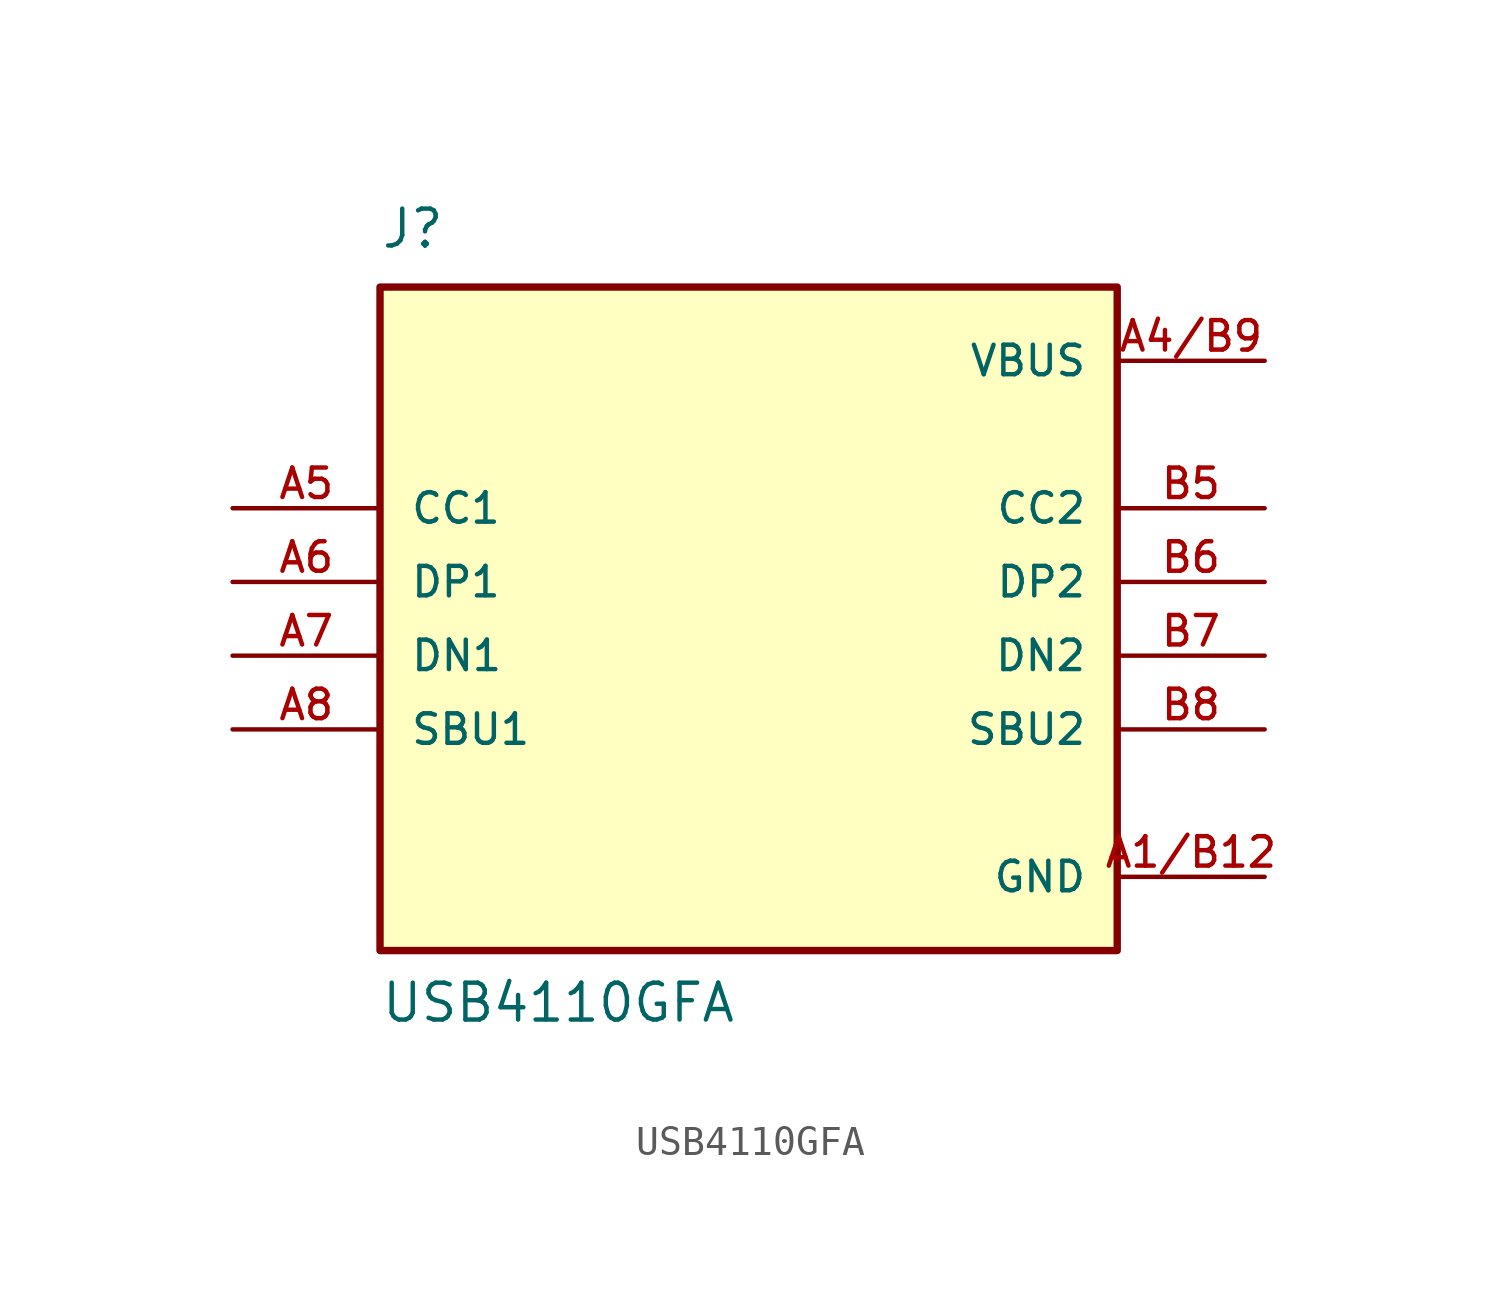
<source format=kicad_sym>
(kicad_symbol_lib
  (version 20211014)
  (generator kicad_symbol_editor)
  (symbol "USB4110GFA"
    (pin_names
      (offset 1.016))
    (property "Reference" "J"
      (at -12.7 11.43 0)
      (effects (font (size 1.27 1.27)) (justify bottom left)))
    (property "Value" "USB4110GFA"
      (at -12.7 -15.24 0)
      (effects (font (size 1.27 1.27)) (justify bottom left)))
    (symbol "USB4110GFA_0_0"
      (rectangle (start -12.7 -12.7) (end 12.7 10.16) (stroke (width 0.254)) (fill (type background)))
      (pin bidirectional line (at -17.78 2.54 0) (length 5.08) (name "CC1" (effects (font (size 1.016 1.016)))) (number "A5" (effects (font (size 1.016 1.016)))))
      (pin bidirectional line (at -17.78 0.0 0) (length 5.08) (name "DP1" (effects (font (size 1.016 1.016)))) (number "A6" (effects (font (size 1.016 1.016)))))
      (pin bidirectional line (at -17.78 -2.54 0) (length 5.08) (name "DN1" (effects (font (size 1.016 1.016)))) (number "A7" (effects (font (size 1.016 1.016)))))
      (pin bidirectional line (at -17.78 -5.08 0) (length 5.08) (name "SBU1" (effects (font (size 1.016 1.016)))) (number "A8" (effects (font (size 1.016 1.016)))))
      (pin power_in line (at 17.78 7.62 180.0) (length 5.08) (name "VBUS" (effects (font (size 1.016 1.016)))) (number "A4/B9" (effects (font (size 1.016 1.016)))))
      (pin power_in line (at 17.78 7.62 180.0) (length 5.08) hide (name "VBUS" (effects (font (size 1.016 1.016)))) (number "B4/A9" (effects (font (size 1.016 1.016)))))
      (pin bidirectional line (at 17.78 2.54 180.0) (length 5.08) (name "CC2" (effects (font (size 1.016 1.016)))) (number "B5" (effects (font (size 1.016 1.016)))))
      (pin bidirectional line (at 17.78 0.0 180.0) (length 5.08) (name "DP2" (effects (font (size 1.016 1.016)))) (number "B6" (effects (font (size 1.016 1.016)))))
      (pin bidirectional line (at 17.78 -2.54 180.0) (length 5.08) (name "DN2" (effects (font (size 1.016 1.016)))) (number "B7" (effects (font (size 1.016 1.016)))))
      (pin bidirectional line (at 17.78 -5.08 180.0) (length 5.08) (name "SBU2" (effects (font (size 1.016 1.016)))) (number "B8" (effects (font (size 1.016 1.016)))))
      (pin power_in line (at 17.78 -10.16 180.0) (length 5.08) (name "GND" (effects (font (size 1.016 1.016)))) (number "A1/B12" (effects (font (size 1.016 1.016)))))
      (pin power_in line (at 17.78 -10.16 180.0) (length 5.08) hide (name "GND" (effects (font (size 1.016 1.016)))) (number "B1/A12" (effects (font (size 1.016 1.016)))))
      (pin power_in line (at 17.78 -10.16 180.0) (length 5.08) hide (name "GND" (effects (font (size 1.016 1.016)))) (number "S1" (effects (font (size 1.016 1.016)))))
      (pin power_in line (at 17.78 -10.16 180.0) (length 5.08) hide (name "GND" (effects (font (size 1.016 1.016)))) (number "S2" (effects (font (size 1.016 1.016)))))
      (pin power_in line (at 17.78 -10.16 180.0) (length 5.08) hide (name "GND" (effects (font (size 1.016 1.016)))) (number "S3" (effects (font (size 1.016 1.016)))))
      (pin power_in line (at 17.78 -10.16 180.0) (length 5.08) hide (name "GND" (effects (font (size 1.016 1.016)))) (number "S4" (effects (font (size 1.016 1.016))))))))
</source>
